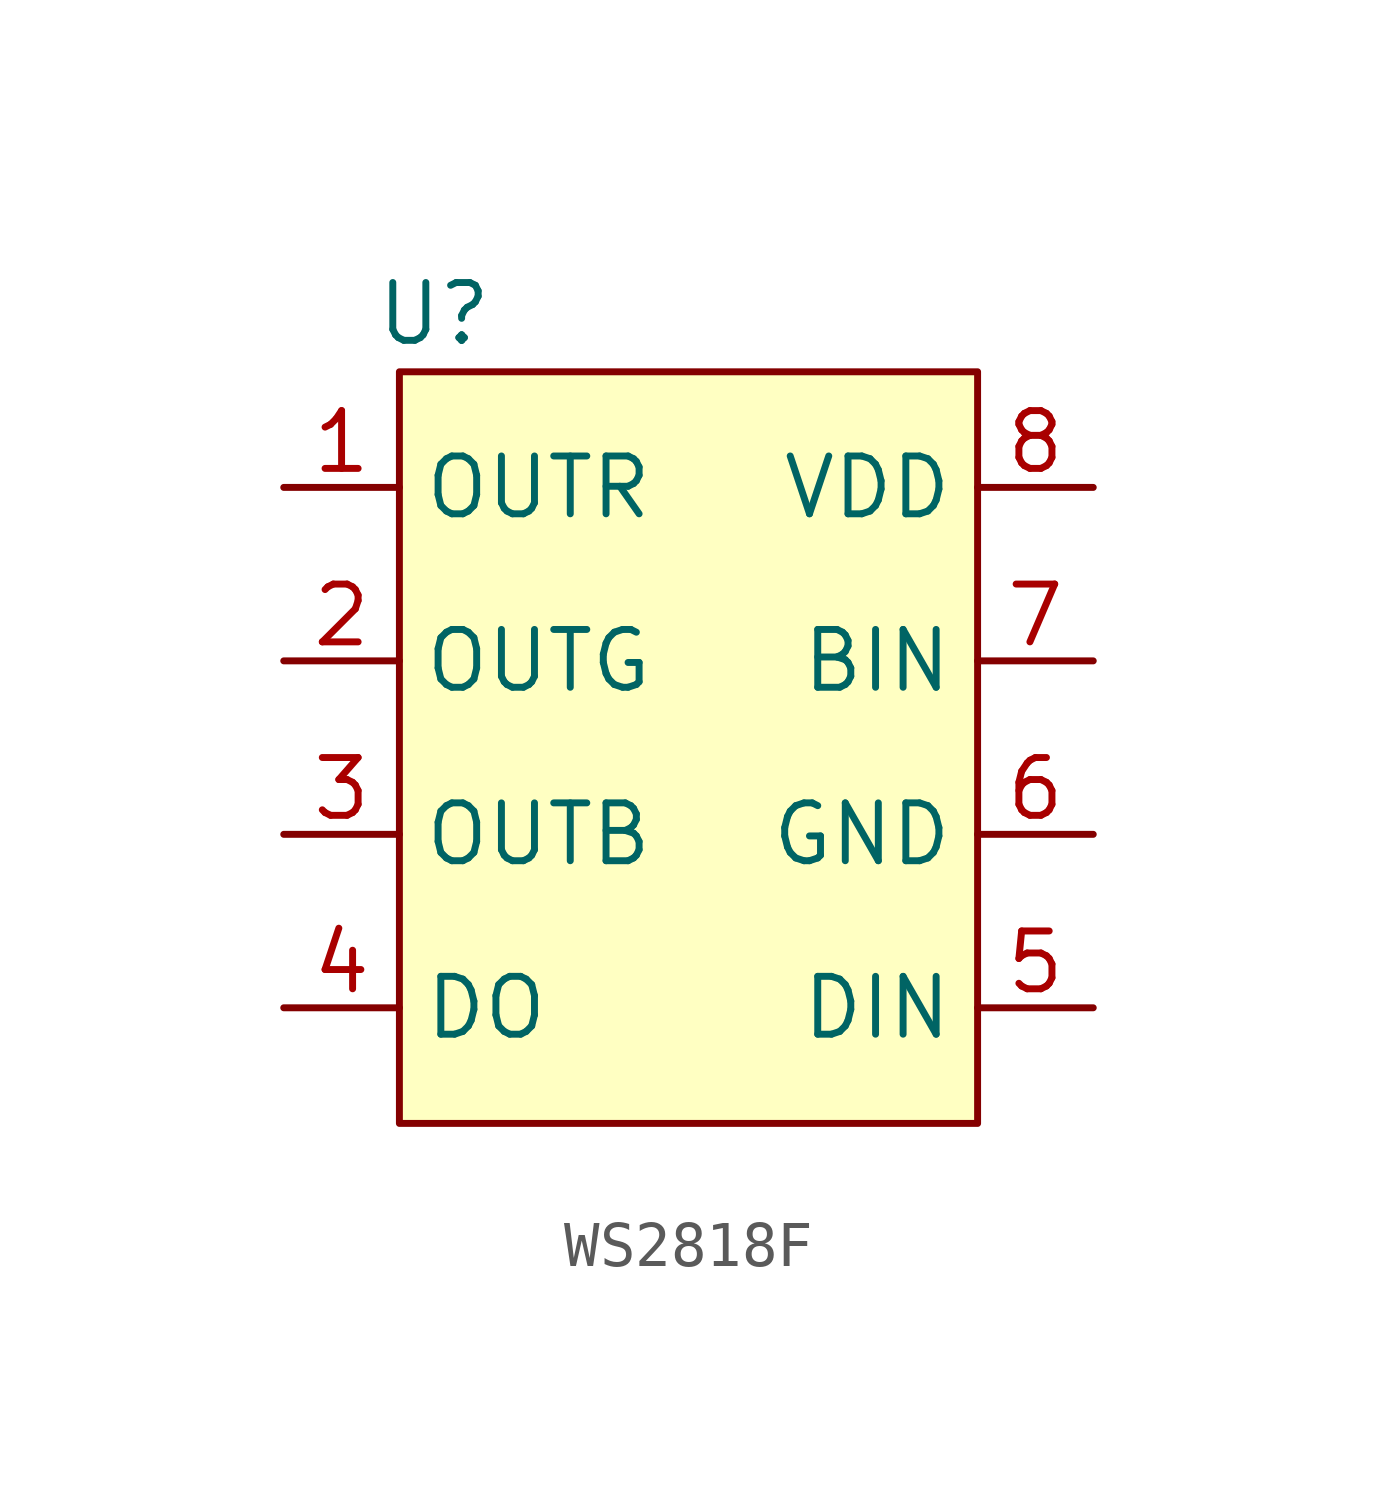
<source format=kicad_sym>
(kicad_symbol_lib
  (version 20241209)
  (generator "kicad_symbol_editor")
  (generator_version "9.0")
  (symbol "WS2818F"
    (property "Reference" "U"
      (at 0.762 1.27 0)
      (effects (font (size 1.27 1.27))))
    (property "Value" ""
      (at 0 0 0)
      (effects (font (size 1.27 1.27))))
    (symbol "WS2818F_1_1"
      (rectangle (start 0 0) (end 12.7 -16.51) (stroke (width 0) (type solid)) (fill (type background)))
      (pin passive line (at -2.54 -2.54 0) (length 2.54) (name "OUTR" (effects (font (size 1.27 1.27)))) (number "1" (effects (font (size 1.27 1.27)))))
      (pin passive line (at -2.54 -6.35 0) (length 2.54) (name "OUTG" (effects (font (size 1.27 1.27)))) (number "2" (effects (font (size 1.27 1.27)))))
      (pin passive line (at -2.54 -10.16 0) (length 2.54) (name "OUTB" (effects (font (size 1.27 1.27)))) (number "3" (effects (font (size 1.27 1.27)))))
      (pin passive line (at -2.54 -13.97 0) (length 2.54) (name "DO" (effects (font (size 1.27 1.27)))) (number "4" (effects (font (size 1.27 1.27)))))
      (pin passive line (at 15.24 -2.54 180) (length 2.54) (name "VDD" (effects (font (size 1.27 1.27)))) (number "8" (effects (font (size 1.27 1.27)))))
      (pin passive line (at 15.24 -6.35 180) (length 2.54) (name "BIN" (effects (font (size 1.27 1.27)))) (number "7" (effects (font (size 1.27 1.27)))))
      (pin passive line (at 15.24 -10.16 180) (length 2.54) (name "GND" (effects (font (size 1.27 1.27)))) (number "6" (effects (font (size 1.27 1.27)))))
      (pin passive line (at 15.24 -13.97 180) (length 2.54) (name "DIN" (effects (font (size 1.27 1.27)))) (number "5" (effects (font (size 1.27 1.27))))))))
</source>
